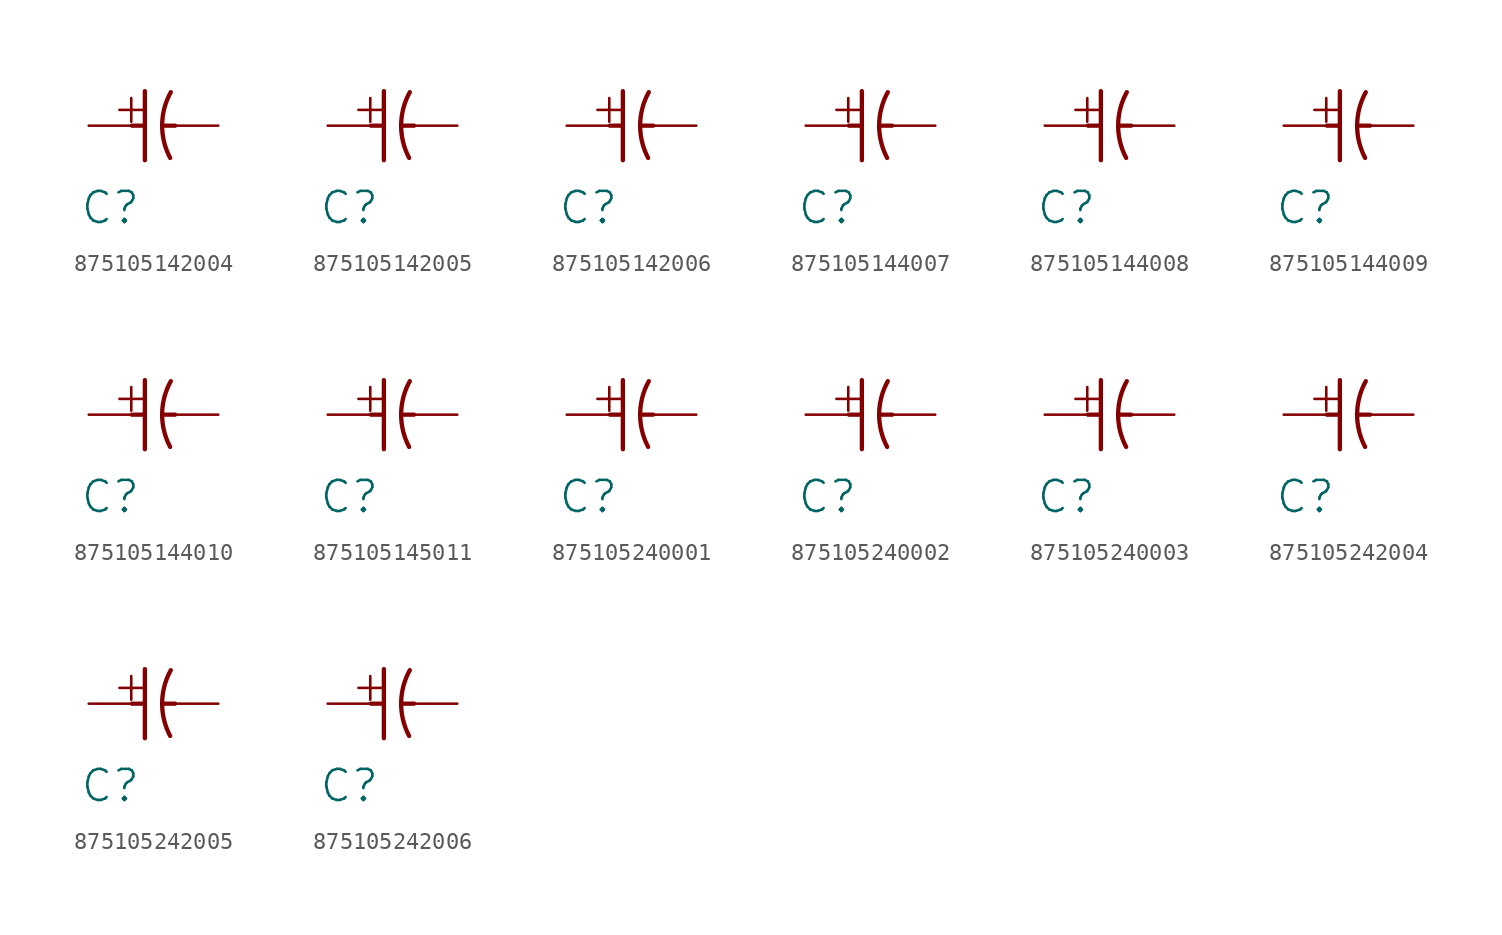
<source format=kicad_sym>
(kicad_symbol_lib
  (version 20231120)
  (generator "kicad_symbol_editor")
  (generator_version "8.0")
  (symbol "875105142004"
    (property "Reference" "C"
      (at 1.27 -4.826 0)
      (effects (font (size 1.829 1.829))))
    (symbol "875105142004_1_0"
      (polyline (pts (xy 2.54 0) (xy 3.302 0)) (stroke (width 0.254) (type solid)) (fill (type none)))
      (polyline (pts (xy 3.302 2.032) (xy 3.302 -2.032)) (stroke (width 0.254) (type solid)) (fill (type none)))
      (polyline (pts (xy 5.08 0) (xy 4.318 0)) (stroke (width 0.254) (type solid)) (fill (type none)))
      (arc (start 4.8275 1.9703) (mid 4.3182 0.0411) (end 4.7884 -1.898) (stroke (width 0.254) (type solid)) (fill (type none)))
      (text "+" (at 1.27 0 0) (effects (font (size 1.829 1.829)) (justify left bottom)))
      (pin passive line (at 0 0 0) (length 2.54) (name "P" (effects (font (size 0 0)))) (number "1" (effects (font (size 0 0)))))
      (pin passive line (at 7.62 0 180) (length 2.54) (name "N" (effects (font (size 0 0)))) (number "2" (effects (font (size 0 0)))))))
  (symbol "875105142005"
    (property "Reference" "C"
      (at 1.27 -4.826 0)
      (effects (font (size 1.829 1.829))))
    (symbol "875105142005_1_0"
      (polyline (pts (xy 2.54 0) (xy 3.302 0)) (stroke (width 0.254) (type solid)) (fill (type none)))
      (polyline (pts (xy 3.302 2.032) (xy 3.302 -2.032)) (stroke (width 0.254) (type solid)) (fill (type none)))
      (polyline (pts (xy 5.08 0) (xy 4.318 0)) (stroke (width 0.254) (type solid)) (fill (type none)))
      (arc (start 4.8275 1.9703) (mid 4.3182 0.0411) (end 4.7884 -1.898) (stroke (width 0.254) (type solid)) (fill (type none)))
      (text "+" (at 1.27 0 0) (effects (font (size 1.829 1.829)) (justify left bottom)))
      (pin passive line (at 0 0 0) (length 2.54) (name "P" (effects (font (size 0 0)))) (number "1" (effects (font (size 0 0)))))
      (pin passive line (at 7.62 0 180) (length 2.54) (name "N" (effects (font (size 0 0)))) (number "2" (effects (font (size 0 0)))))))
  (symbol "875105142006"
    (property "Reference" "C"
      (at 1.27 -4.826 0)
      (effects (font (size 1.829 1.829))))
    (symbol "875105142006_1_0"
      (polyline (pts (xy 2.54 0) (xy 3.302 0)) (stroke (width 0.254) (type solid)) (fill (type none)))
      (polyline (pts (xy 3.302 2.032) (xy 3.302 -2.032)) (stroke (width 0.254) (type solid)) (fill (type none)))
      (polyline (pts (xy 5.08 0) (xy 4.318 0)) (stroke (width 0.254) (type solid)) (fill (type none)))
      (arc (start 4.8275 1.9703) (mid 4.3182 0.0411) (end 4.7884 -1.898) (stroke (width 0.254) (type solid)) (fill (type none)))
      (text "+" (at 1.27 0 0) (effects (font (size 1.829 1.829)) (justify left bottom)))
      (pin passive line (at 0 0 0) (length 2.54) (name "P" (effects (font (size 0 0)))) (number "1" (effects (font (size 0 0)))))
      (pin passive line (at 7.62 0 180) (length 2.54) (name "N" (effects (font (size 0 0)))) (number "2" (effects (font (size 0 0)))))))
  (symbol "875105144007"
    (property "Reference" "C"
      (at 1.27 -4.826 0)
      (effects (font (size 1.829 1.829))))
    (symbol "875105144007_1_0"
      (polyline (pts (xy 2.54 0) (xy 3.302 0)) (stroke (width 0.254) (type solid)) (fill (type none)))
      (polyline (pts (xy 3.302 2.032) (xy 3.302 -2.032)) (stroke (width 0.254) (type solid)) (fill (type none)))
      (polyline (pts (xy 5.08 0) (xy 4.318 0)) (stroke (width 0.254) (type solid)) (fill (type none)))
      (arc (start 4.8275 1.9703) (mid 4.3182 0.0411) (end 4.7884 -1.898) (stroke (width 0.254) (type solid)) (fill (type none)))
      (text "+" (at 1.27 0 0) (effects (font (size 1.829 1.829)) (justify left bottom)))
      (pin passive line (at 0 0 0) (length 2.54) (name "P" (effects (font (size 0 0)))) (number "1" (effects (font (size 0 0)))))
      (pin passive line (at 7.62 0 180) (length 2.54) (name "N" (effects (font (size 0 0)))) (number "2" (effects (font (size 0 0)))))))
  (symbol "875105144008"
    (property "Reference" "C"
      (at 1.27 -4.826 0)
      (effects (font (size 1.829 1.829))))
    (symbol "875105144008_1_0"
      (polyline (pts (xy 2.54 0) (xy 3.302 0)) (stroke (width 0.254) (type solid)) (fill (type none)))
      (polyline (pts (xy 3.302 2.032) (xy 3.302 -2.032)) (stroke (width 0.254) (type solid)) (fill (type none)))
      (polyline (pts (xy 5.08 0) (xy 4.318 0)) (stroke (width 0.254) (type solid)) (fill (type none)))
      (arc (start 4.8275 1.9703) (mid 4.3182 0.0411) (end 4.7884 -1.898) (stroke (width 0.254) (type solid)) (fill (type none)))
      (text "+" (at 1.27 0 0) (effects (font (size 1.829 1.829)) (justify left bottom)))
      (pin passive line (at 0 0 0) (length 2.54) (name "P" (effects (font (size 0 0)))) (number "1" (effects (font (size 0 0)))))
      (pin passive line (at 7.62 0 180) (length 2.54) (name "N" (effects (font (size 0 0)))) (number "2" (effects (font (size 0 0)))))))
  (symbol "875105144009"
    (property "Reference" "C"
      (at 1.27 -4.826 0)
      (effects (font (size 1.829 1.829))))
    (symbol "875105144009_1_0"
      (polyline (pts (xy 2.54 0) (xy 3.302 0)) (stroke (width 0.254) (type solid)) (fill (type none)))
      (polyline (pts (xy 3.302 2.032) (xy 3.302 -2.032)) (stroke (width 0.254) (type solid)) (fill (type none)))
      (polyline (pts (xy 5.08 0) (xy 4.318 0)) (stroke (width 0.254) (type solid)) (fill (type none)))
      (arc (start 4.8275 1.9703) (mid 4.3182 0.0411) (end 4.7884 -1.898) (stroke (width 0.254) (type solid)) (fill (type none)))
      (text "+" (at 1.27 0 0) (effects (font (size 1.829 1.829)) (justify left bottom)))
      (pin passive line (at 0 0 0) (length 2.54) (name "P" (effects (font (size 0 0)))) (number "1" (effects (font (size 0 0)))))
      (pin passive line (at 7.62 0 180) (length 2.54) (name "N" (effects (font (size 0 0)))) (number "2" (effects (font (size 0 0)))))))
  (symbol "875105144010"
    (property "Reference" "C"
      (at 1.27 -4.826 0)
      (effects (font (size 1.829 1.829))))
    (symbol "875105144010_1_0"
      (polyline (pts (xy 2.54 0) (xy 3.302 0)) (stroke (width 0.254) (type solid)) (fill (type none)))
      (polyline (pts (xy 3.302 2.032) (xy 3.302 -2.032)) (stroke (width 0.254) (type solid)) (fill (type none)))
      (polyline (pts (xy 5.08 0) (xy 4.318 0)) (stroke (width 0.254) (type solid)) (fill (type none)))
      (arc (start 4.8275 1.9703) (mid 4.3182 0.0411) (end 4.7884 -1.898) (stroke (width 0.254) (type solid)) (fill (type none)))
      (text "+" (at 1.27 0 0) (effects (font (size 1.829 1.829)) (justify left bottom)))
      (pin passive line (at 0 0 0) (length 2.54) (name "P" (effects (font (size 0 0)))) (number "1" (effects (font (size 0 0)))))
      (pin passive line (at 7.62 0 180) (length 2.54) (name "N" (effects (font (size 0 0)))) (number "2" (effects (font (size 0 0)))))))
  (symbol "875105145011"
    (property "Reference" "C"
      (at 1.27 -4.826 0)
      (effects (font (size 1.829 1.829))))
    (symbol "875105145011_1_0"
      (polyline (pts (xy 2.54 0) (xy 3.302 0)) (stroke (width 0.254) (type solid)) (fill (type none)))
      (polyline (pts (xy 3.302 2.032) (xy 3.302 -2.032)) (stroke (width 0.254) (type solid)) (fill (type none)))
      (polyline (pts (xy 5.08 0) (xy 4.318 0)) (stroke (width 0.254) (type solid)) (fill (type none)))
      (arc (start 4.8275 1.9703) (mid 4.3182 0.0411) (end 4.7884 -1.898) (stroke (width 0.254) (type solid)) (fill (type none)))
      (text "+" (at 1.27 0 0) (effects (font (size 1.829 1.829)) (justify left bottom)))
      (pin passive line (at 0 0 0) (length 2.54) (name "P" (effects (font (size 0 0)))) (number "1" (effects (font (size 0 0)))))
      (pin passive line (at 7.62 0 180) (length 2.54) (name "N" (effects (font (size 0 0)))) (number "2" (effects (font (size 0 0)))))))
  (symbol "875105240001"
    (property "Reference" "C"
      (at 1.27 -4.826 0)
      (effects (font (size 1.829 1.829))))
    (symbol "875105240001_1_0"
      (polyline (pts (xy 2.54 0) (xy 3.302 0)) (stroke (width 0.254) (type solid)) (fill (type none)))
      (polyline (pts (xy 3.302 2.032) (xy 3.302 -2.032)) (stroke (width 0.254) (type solid)) (fill (type none)))
      (polyline (pts (xy 5.08 0) (xy 4.318 0)) (stroke (width 0.254) (type solid)) (fill (type none)))
      (arc (start 4.8275 1.9703) (mid 4.3182 0.0411) (end 4.7884 -1.898) (stroke (width 0.254) (type solid)) (fill (type none)))
      (text "+" (at 1.27 0 0) (effects (font (size 1.829 1.829)) (justify left bottom)))
      (pin passive line (at 0 0 0) (length 2.54) (name "P" (effects (font (size 0 0)))) (number "1" (effects (font (size 0 0)))))
      (pin passive line (at 7.62 0 180) (length 2.54) (name "N" (effects (font (size 0 0)))) (number "2" (effects (font (size 0 0)))))))
  (symbol "875105240002"
    (property "Reference" "C"
      (at 1.27 -4.826 0)
      (effects (font (size 1.829 1.829))))
    (symbol "875105240002_1_0"
      (polyline (pts (xy 2.54 0) (xy 3.302 0)) (stroke (width 0.254) (type solid)) (fill (type none)))
      (polyline (pts (xy 3.302 2.032) (xy 3.302 -2.032)) (stroke (width 0.254) (type solid)) (fill (type none)))
      (polyline (pts (xy 5.08 0) (xy 4.318 0)) (stroke (width 0.254) (type solid)) (fill (type none)))
      (arc (start 4.8275 1.9703) (mid 4.3182 0.0411) (end 4.7884 -1.898) (stroke (width 0.254) (type solid)) (fill (type none)))
      (text "+" (at 1.27 0 0) (effects (font (size 1.829 1.829)) (justify left bottom)))
      (pin passive line (at 0 0 0) (length 2.54) (name "P" (effects (font (size 0 0)))) (number "1" (effects (font (size 0 0)))))
      (pin passive line (at 7.62 0 180) (length 2.54) (name "N" (effects (font (size 0 0)))) (number "2" (effects (font (size 0 0)))))))
  (symbol "875105240003"
    (property "Reference" "C"
      (at 1.27 -4.826 0)
      (effects (font (size 1.829 1.829))))
    (symbol "875105240003_1_0"
      (polyline (pts (xy 2.54 0) (xy 3.302 0)) (stroke (width 0.254) (type solid)) (fill (type none)))
      (polyline (pts (xy 3.302 2.032) (xy 3.302 -2.032)) (stroke (width 0.254) (type solid)) (fill (type none)))
      (polyline (pts (xy 5.08 0) (xy 4.318 0)) (stroke (width 0.254) (type solid)) (fill (type none)))
      (arc (start 4.8275 1.9703) (mid 4.3182 0.0411) (end 4.7884 -1.898) (stroke (width 0.254) (type solid)) (fill (type none)))
      (text "+" (at 1.27 0 0) (effects (font (size 1.829 1.829)) (justify left bottom)))
      (pin passive line (at 0 0 0) (length 2.54) (name "P" (effects (font (size 0 0)))) (number "1" (effects (font (size 0 0)))))
      (pin passive line (at 7.62 0 180) (length 2.54) (name "N" (effects (font (size 0 0)))) (number "2" (effects (font (size 0 0)))))))
  (symbol "875105242004"
    (property "Reference" "C"
      (at 1.27 -4.826 0)
      (effects (font (size 1.829 1.829))))
    (symbol "875105242004_1_0"
      (polyline (pts (xy 2.54 0) (xy 3.302 0)) (stroke (width 0.254) (type solid)) (fill (type none)))
      (polyline (pts (xy 3.302 2.032) (xy 3.302 -2.032)) (stroke (width 0.254) (type solid)) (fill (type none)))
      (polyline (pts (xy 5.08 0) (xy 4.318 0)) (stroke (width 0.254) (type solid)) (fill (type none)))
      (arc (start 4.8275 1.9703) (mid 4.3182 0.0411) (end 4.7884 -1.898) (stroke (width 0.254) (type solid)) (fill (type none)))
      (text "+" (at 1.27 0 0) (effects (font (size 1.829 1.829)) (justify left bottom)))
      (pin passive line (at 0 0 0) (length 2.54) (name "P" (effects (font (size 0 0)))) (number "1" (effects (font (size 0 0)))))
      (pin passive line (at 7.62 0 180) (length 2.54) (name "N" (effects (font (size 0 0)))) (number "2" (effects (font (size 0 0)))))))
  (symbol "875105242005"
    (property "Reference" "C"
      (at 1.27 -4.826 0)
      (effects (font (size 1.829 1.829))))
    (symbol "875105242005_1_0"
      (polyline (pts (xy 2.54 0) (xy 3.302 0)) (stroke (width 0.254) (type solid)) (fill (type none)))
      (polyline (pts (xy 3.302 2.032) (xy 3.302 -2.032)) (stroke (width 0.254) (type solid)) (fill (type none)))
      (polyline (pts (xy 5.08 0) (xy 4.318 0)) (stroke (width 0.254) (type solid)) (fill (type none)))
      (arc (start 4.8275 1.9703) (mid 4.3182 0.0411) (end 4.7884 -1.898) (stroke (width 0.254) (type solid)) (fill (type none)))
      (text "+" (at 1.27 0 0) (effects (font (size 1.829 1.829)) (justify left bottom)))
      (pin passive line (at 0 0 0) (length 2.54) (name "P" (effects (font (size 0 0)))) (number "1" (effects (font (size 0 0)))))
      (pin passive line (at 7.62 0 180) (length 2.54) (name "N" (effects (font (size 0 0)))) (number "2" (effects (font (size 0 0)))))))
  (symbol "875105242006"
    (property "Reference" "C"
      (at 1.27 -4.826 0)
      (effects (font (size 1.829 1.829))))
    (symbol "875105242006_1_0"
      (polyline (pts (xy 2.54 0) (xy 3.302 0)) (stroke (width 0.254) (type solid)) (fill (type none)))
      (polyline (pts (xy 3.302 2.032) (xy 3.302 -2.032)) (stroke (width 0.254) (type solid)) (fill (type none)))
      (polyline (pts (xy 5.08 0) (xy 4.318 0)) (stroke (width 0.254) (type solid)) (fill (type none)))
      (arc (start 4.8275 1.9703) (mid 4.3182 0.0411) (end 4.7884 -1.898) (stroke (width 0.254) (type solid)) (fill (type none)))
      (text "+" (at 1.27 0 0) (effects (font (size 1.829 1.829)) (justify left bottom)))
      (pin passive line (at 0 0 0) (length 2.54) (name "P" (effects (font (size 0 0)))) (number "1" (effects (font (size 0 0)))))
      (pin passive line (at 7.62 0 180) (length 2.54) (name "N" (effects (font (size 0 0)))) (number "2" (effects (font (size 0 0))))))))
</source>
